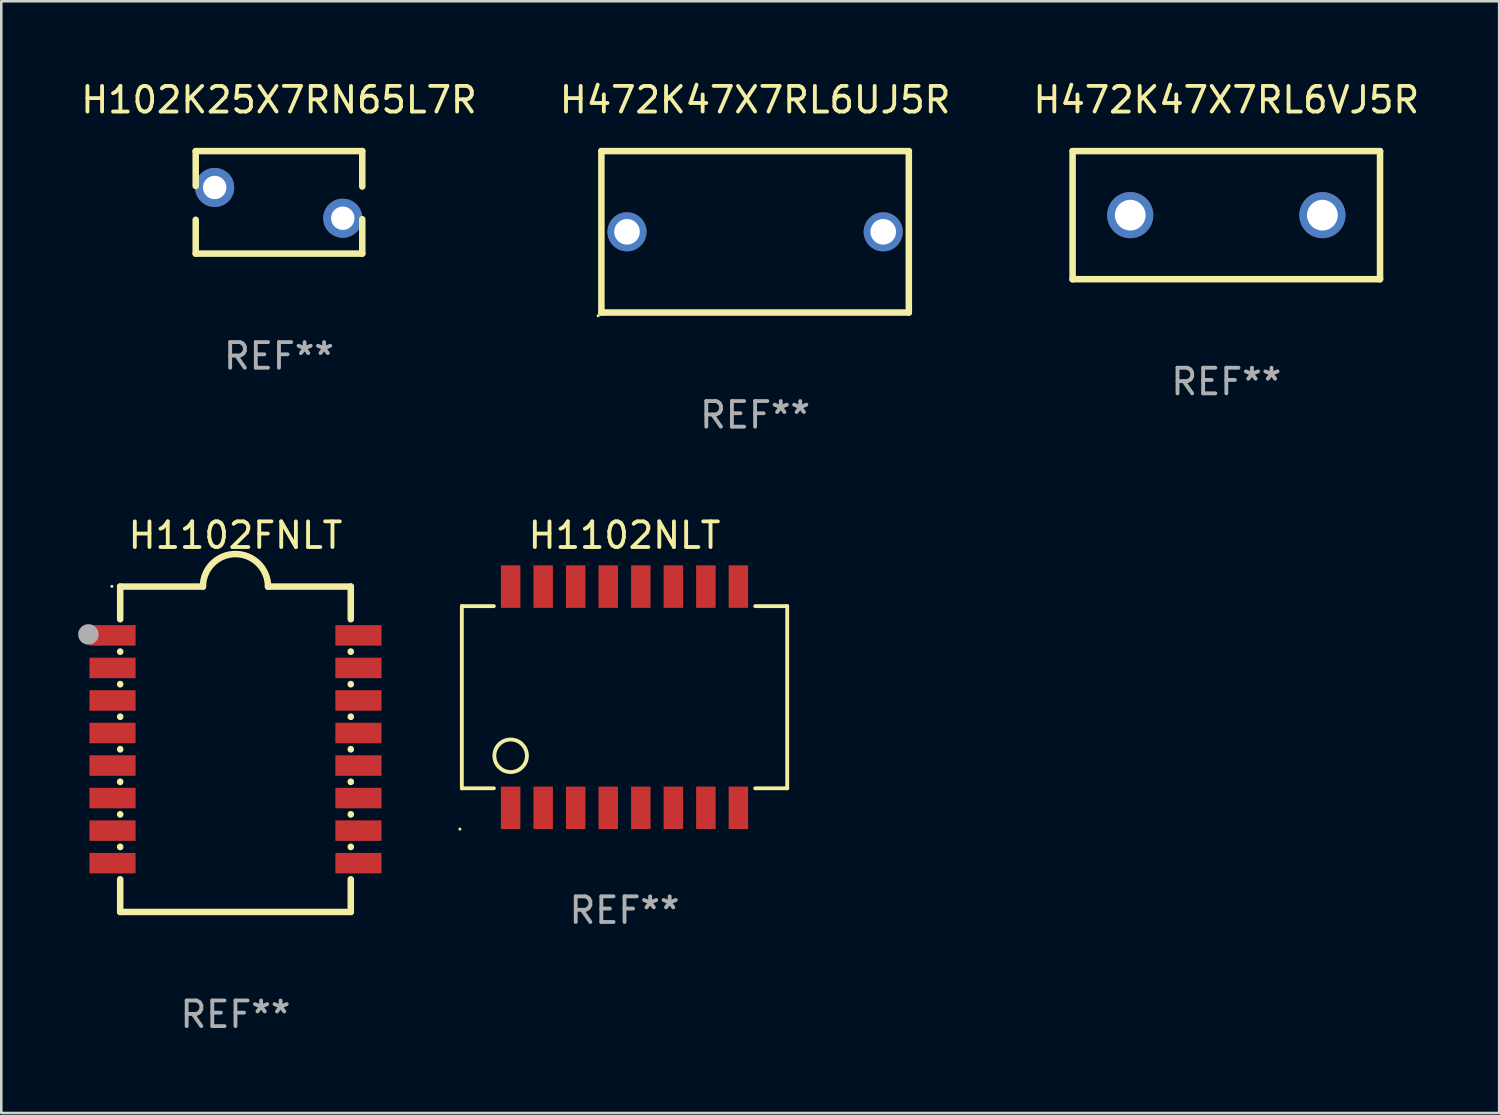
<source format=kicad_pcb>
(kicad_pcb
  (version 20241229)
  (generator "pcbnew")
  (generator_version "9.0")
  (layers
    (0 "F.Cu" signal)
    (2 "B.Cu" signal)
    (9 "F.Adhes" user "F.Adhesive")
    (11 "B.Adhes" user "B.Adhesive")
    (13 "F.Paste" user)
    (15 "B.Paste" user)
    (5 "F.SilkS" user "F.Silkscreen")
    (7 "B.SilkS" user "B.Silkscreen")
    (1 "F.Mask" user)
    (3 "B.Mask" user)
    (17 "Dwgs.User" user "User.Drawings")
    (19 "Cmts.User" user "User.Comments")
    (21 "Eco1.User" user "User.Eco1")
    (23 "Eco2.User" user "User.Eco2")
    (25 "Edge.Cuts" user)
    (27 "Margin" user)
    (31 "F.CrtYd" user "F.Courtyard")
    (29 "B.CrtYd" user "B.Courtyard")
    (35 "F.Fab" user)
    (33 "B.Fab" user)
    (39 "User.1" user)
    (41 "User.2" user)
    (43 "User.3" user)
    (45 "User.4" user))
  (footprint "H472K47X7RL6UJ5R"
    (layer "F.Cu")
    (at 26.423 5.998)
    (property "Reference" "H472K47X7RL6UJ5R" (at 0 -5.15 0) (layer "F.SilkS") (effects (font (size 1 1) (thickness 0.15))))
    (attr through_hole)
    (fp_line (start -6 -3.15) (end -6 3.15) (stroke (width 0.254) (type solid)) (layer "F.SilkS"))
    (fp_line (start -6 -3.15) (end 6 -3.15) (stroke (width 0.254) (type solid)) (layer "F.SilkS"))
    (fp_line (start -6 3.15) (end 6 3.15) (stroke (width 0.254) (type solid)) (layer "F.SilkS"))
    (fp_line (start 6 -3.15) (end 6 3.15) (stroke (width 0.254) (type solid)) (layer "F.SilkS"))
    (fp_circle (center -6.127 3.277) (end -6.097 3.277) (stroke (width 0.06) (type solid)) (fill no) (layer "F.SilkS"))
    (fp_text user "REF**" (at 0 7.15 0) (layer "F.Fab") (effects (font (size 1 1) (thickness 0.15))))
    (pad "1" thru_hole circle (at -5 0) (size 1.524 1.524) (drill 1) (layers "*.Cu" "*.Mask"))
    (pad "2" thru_hole circle (at 5 0) (size 1.524 1.524) (drill 1) (layers "*.Cu" "*.Mask")))
  (footprint "H1102NLT"
    (layer "F.Cu")
    (at 21.326 24.163)
    (property "Reference" "H1102NLT" (at 0 -6.318 0) (layer "F.SilkS") (effects (font (size 1 1) (thickness 0.15))))
    (attr through_hole)
    (fp_line (start -6.35 3.555) (end -6.35 -3.555) (stroke (width 0.15) (type solid)) (layer "F.SilkS"))
    (fp_line (start -5.1 -3.555) (end -6.35 -3.555) (stroke (width 0.15) (type solid)) (layer "F.SilkS"))
    (fp_line (start -5.1 3.555) (end -6.35 3.555) (stroke (width 0.15) (type solid)) (layer "F.SilkS"))
    (fp_line (start 6.35 -3.555) (end 5.1 -3.555) (stroke (width 0.15) (type solid)) (layer "F.SilkS"))
    (fp_line (start 6.35 3.555) (end 5.1 3.555) (stroke (width 0.15) (type solid)) (layer "F.SilkS"))
    (fp_line (start 6.35 3.555) (end 6.35 -3.555) (stroke (width 0.15) (type solid)) (layer "F.SilkS"))
    (fp_circle (center -6.425 5.148) (end -6.395 5.148) (stroke (width 0.06) (type solid)) (fill no) (layer "F.SilkS"))
    (fp_circle (center -4.445 2.286) (end -3.81 2.286) (stroke (width 0.15) (type solid)) (fill no) (layer "F.SilkS"))
    (fp_text user "REF**" (at 0 8.318 0) (layer "F.Fab") (effects (font (size 1 1) (thickness 0.15))))
    (pad "1" smd rect (at -4.445 4.318 180) (size 0.76 1.66) (layers "F.Cu" "F.Mask" "F.Paste"))
    (pad "2" smd rect (at -3.175 4.318 180) (size 0.76 1.66) (layers "F.Cu" "F.Mask" "F.Paste"))
    (pad "3" smd rect (at -1.905 4.318 180) (size 0.76 1.66) (layers "F.Cu" "F.Mask" "F.Paste"))
    (pad "4" smd rect (at -0.635 4.318 180) (size 0.76 1.66) (layers "F.Cu" "F.Mask" "F.Paste"))
    (pad "5" smd rect (at 0.635 4.318 180) (size 0.76 1.66) (layers "F.Cu" "F.Mask" "F.Paste"))
    (pad "6" smd rect (at 1.905 4.318 180) (size 0.76 1.66) (layers "F.Cu" "F.Mask" "F.Paste"))
    (pad "7" smd rect (at 3.175 4.318 180) (size 0.76 1.66) (layers "F.Cu" "F.Mask" "F.Paste"))
    (pad "8" smd rect (at 4.445 4.318 180) (size 0.76 1.66) (layers "F.Cu" "F.Mask" "F.Paste"))
    (pad "9" smd rect (at 4.445 -4.318 180) (size 0.76 1.66) (layers "F.Cu" "F.Mask" "F.Paste"))
    (pad "10" smd rect (at 3.175 -4.318 180) (size 0.76 1.66) (layers "F.Cu" "F.Mask" "F.Paste"))
    (pad "11" smd rect (at 1.905 -4.318 180) (size 0.76 1.66) (layers "F.Cu" "F.Mask" "F.Paste"))
    (pad "12" smd rect (at 0.635 -4.318 180) (size 0.76 1.66) (layers "F.Cu" "F.Mask" "F.Paste"))
    (pad "13" smd rect (at -0.635 -4.318 180) (size 0.76 1.66) (layers "F.Cu" "F.Mask" "F.Paste"))
    (pad "14" smd rect (at -1.905 -4.318 180) (size 0.76 1.66) (layers "F.Cu" "F.Mask" "F.Paste"))
    (pad "15" smd rect (at -3.175 -4.318 180) (size 0.76 1.66) (layers "F.Cu" "F.Mask" "F.Paste"))
    (pad "16" smd rect (at -4.445 -4.318 180) (size 0.76 1.66) (layers "F.Cu" "F.Mask" "F.Paste")))
  (footprint "H1102FNLT"
    (layer "F.Cu")
    (at 6.141 26.195)
    (property "Reference" "H1102FNLT" (at 0 -8.35 0) (layer "F.SilkS") (effects (font (size 1 1) (thickness 0.15))))
    (attr through_hole)
    (fp_line (start -4.5 -6.35) (end -4.5 -5.075) (stroke (width 0.254) (type solid)) (layer "F.SilkS"))
    (fp_line (start -4.5 -6.35) (end -1.27 -6.35) (stroke (width 0.254) (type solid)) (layer "F.SilkS"))
    (fp_line (start -4.5 -3.815) (end -4.5 -3.805) (stroke (width 0.254) (type solid)) (layer "F.SilkS"))
    (fp_line (start -4.5 -2.545) (end -4.5 -2.535) (stroke (width 0.254) (type solid)) (layer "F.SilkS"))
    (fp_line (start -4.5 -1.275) (end -4.5 -1.265) (stroke (width 0.254) (type solid)) (layer "F.SilkS"))
    (fp_line (start -4.5 -0.005) (end -4.5 0.005) (stroke (width 0.254) (type solid)) (layer "F.SilkS"))
    (fp_line (start -4.5 1.265) (end -4.5 1.275) (stroke (width 0.254) (type solid)) (layer "F.SilkS"))
    (fp_line (start -4.5 2.535) (end -4.5 2.545) (stroke (width 0.254) (type solid)) (layer "F.SilkS"))
    (fp_line (start -4.5 3.805) (end -4.5 3.815) (stroke (width 0.254) (type solid)) (layer "F.SilkS"))
    (fp_line (start -4.5 5.075) (end -4.5 6.35) (stroke (width 0.254) (type solid)) (layer "F.SilkS"))
    (fp_line (start -4.5 6.35) (end 4.5 6.35) (stroke (width 0.254) (type solid)) (layer "F.SilkS"))
    (fp_line (start 1.27 -6.35) (end 4.5 -6.35) (stroke (width 0.254) (type solid)) (layer "F.SilkS"))
    (fp_line (start 4.5 -6.35) (end 4.5 -5.075) (stroke (width 0.254) (type solid)) (layer "F.SilkS"))
    (fp_line (start 4.5 -3.815) (end 4.5 -3.805) (stroke (width 0.254) (type solid)) (layer "F.SilkS"))
    (fp_line (start 4.5 -2.545) (end 4.5 -2.535) (stroke (width 0.254) (type solid)) (layer "F.SilkS"))
    (fp_line (start 4.5 -1.275) (end 4.5 -1.265) (stroke (width 0.254) (type solid)) (layer "F.SilkS"))
    (fp_line (start 4.5 -0.005) (end 4.5 0.005) (stroke (width 0.254) (type solid)) (layer "F.SilkS"))
    (fp_line (start 4.5 1.265) (end 4.5 1.275) (stroke (width 0.254) (type solid)) (layer "F.SilkS"))
    (fp_line (start 4.5 2.535) (end 4.5 2.545) (stroke (width 0.254) (type solid)) (layer "F.SilkS"))
    (fp_line (start 4.5 3.805) (end 4.5 3.815) (stroke (width 0.254) (type solid)) (layer "F.SilkS"))
    (fp_line (start 4.5 5.075) (end 4.5 6.35) (stroke (width 0.254) (type solid)) (layer "F.SilkS"))
    (fp_arc (start -1.270003 -6.349987) (mid 0 -7.61999) (end 1.270003 -6.349987) (stroke (width 0.254001) (type solid)) (layer "F.SilkS"))
    (fp_circle (center -4.825 -6.358) (end -4.795 -6.358) (stroke (width 0.06) (type solid)) (fill no) (layer "F.SilkS"))
    (fp_circle (center -5.741 -4.483) (end -5.541 -4.483) (stroke (width 0.4) (type solid)) (fill no) (layer "F.Fab"))
    (fp_text user "REF**" (at 0 10.35 0) (layer "F.Fab") (effects (font (size 1 1) (thickness 0.15))))
    (pad "1" smd rect (at -4.799 -4.445) (size 1.8 0.8) (layers "F.Cu" "F.Mask" "F.Paste"))
    (pad "2" smd rect (at -4.799 -3.175 180) (size 1.8 0.8) (layers "F.Cu" "F.Mask" "F.Paste"))
    (pad "3" smd rect (at -4.799 -1.905 180) (size 1.8 0.8) (layers "F.Cu" "F.Mask" "F.Paste"))
    (pad "4" smd rect (at -4.799 -0.635 180) (size 1.8 0.8) (layers "F.Cu" "F.Mask" "F.Paste"))
    (pad "5" smd rect (at -4.799 0.635 180) (size 1.8 0.8) (layers "F.Cu" "F.Mask" "F.Paste"))
    (pad "6" smd rect (at -4.799 1.905 180) (size 1.8 0.8) (layers "F.Cu" "F.Mask" "F.Paste"))
    (pad "7" smd rect (at -4.799 3.175 180) (size 1.8 0.8) (layers "F.Cu" "F.Mask" "F.Paste"))
    (pad "8" smd rect (at -4.799 4.445 180) (size 1.8 0.8) (layers "F.Cu" "F.Mask" "F.Paste"))
    (pad "9" smd rect (at 4.799 4.445 180) (size 1.8 0.8) (layers "F.Cu" "F.Mask" "F.Paste"))
    (pad "10" smd rect (at 4.799 3.175 180) (size 1.8 0.8) (layers "F.Cu" "F.Mask" "F.Paste"))
    (pad "11" smd rect (at 4.799 1.905 180) (size 1.8 0.8) (layers "F.Cu" "F.Mask" "F.Paste"))
    (pad "12" smd rect (at 4.799 0.635 180) (size 1.8 0.8) (layers "F.Cu" "F.Mask" "F.Paste"))
    (pad "13" smd rect (at 4.799 -0.635 180) (size 1.8 0.8) (layers "F.Cu" "F.Mask" "F.Paste"))
    (pad "14" smd rect (at 4.799 -1.905 180) (size 1.8 0.8) (layers "F.Cu" "F.Mask" "F.Paste"))
    (pad "15" smd rect (at 4.799 -3.175 180) (size 1.8 0.8) (layers "F.Cu" "F.Mask" "F.Paste"))
    (pad "16" smd rect (at 4.799 -4.445 180) (size 1.8 0.8) (layers "F.Cu" "F.Mask" "F.Paste")))
  (footprint "H472K47X7RL6VJ5R"
    (layer "F.Cu")
    (at 44.815 5.348)
    (property "Reference" "H472K47X7RL6VJ5R" (at 0 -4.5 0) (layer "F.SilkS") (effects (font (size 1 1) (thickness 0.15))))
    (attr through_hole)
    (fp_line (start -6 -2.5) (end 6 -2.5) (stroke (width 0.254) (type solid)) (layer "F.SilkS"))
    (fp_line (start -6 2.5) (end -6 -2.5) (stroke (width 0.254) (type solid)) (layer "F.SilkS"))
    (fp_line (start 6 -2.5) (end 6 2.5) (stroke (width 0.254) (type solid)) (layer "F.SilkS"))
    (fp_line (start 6 2.5) (end -6 2.5) (stroke (width 0.254) (type solid)) (layer "F.SilkS"))
    (fp_circle (center -6 2.5) (end -5.97 2.5) (stroke (width 0.06) (type solid)) (fill no) (layer "F.SilkS"))
    (fp_text user "REF**" (at 0 6.5 0) (layer "F.Fab") (effects (font (size 1 1) (thickness 0.15))))
    (pad "1" thru_hole circle (at -3.75 0) (size 1.8 1.8) (drill 1.2) (layers "*.Cu" "*.Mask"))
    (pad "2" thru_hole circle (at 3.75 0) (size 1.8 1.8) (drill 1.2) (layers "*.Cu" "*.Mask")))
  (footprint "H102K25X7RN65L7R"
    (layer "F.Cu")
    (at 7.839 4.848)
    (property "Reference" "H102K25X7RN65L7R" (at 0 -4 0) (layer "F.SilkS") (effects (font (size 1 1) (thickness 0.15))))
    (attr through_hole)
    (fp_line (start -3.25 -0.64) (end -3.25 -2) (stroke (width 0.254) (type solid)) (layer "F.SilkS"))
    (fp_line (start -3.25 2) (end -3.25 0.68) (stroke (width 0.254) (type solid)) (layer "F.SilkS"))
    (fp_line (start -3.25 2) (end 3.25 2) (stroke (width 0.254) (type solid)) (layer "F.SilkS"))
    (fp_line (start 3.25 -2) (end -3.25 -2) (stroke (width 0.254) (type solid)) (layer "F.SilkS"))
    (fp_line (start 3.25 -0.617) (end 3.25 -2) (stroke (width 0.254) (type solid)) (layer "F.SilkS"))
    (fp_line (start 3.25 2) (end 3.25 0.657) (stroke (width 0.254) (type solid)) (layer "F.SilkS"))
    (fp_circle (center -3.26 -1.98) (end -3.23 -1.98) (stroke (width 0.06) (type solid)) (fill no) (layer "F.SilkS"))
    (fp_text user "REF**" (at 0 6 0) (layer "F.Fab") (effects (font (size 1 1) (thickness 0.15))))
    (pad "1" thru_hole circle (at -2.51 -0.58) (size 1.524 1.524) (drill 0.914) (layers "*.Cu" "*.Mask"))
    (pad "2" thru_hole circle (at 2.49 0.62) (size 1.524 1.524) (drill 0.914) (layers "*.Cu" "*.Mask")))
  (gr_rect
    (start -3 -3)
    (end 55.464 40.393)
    (stroke (width 0.1) (type default))
    (fill no)
    (layer "Edge.Cuts")))
</source>
